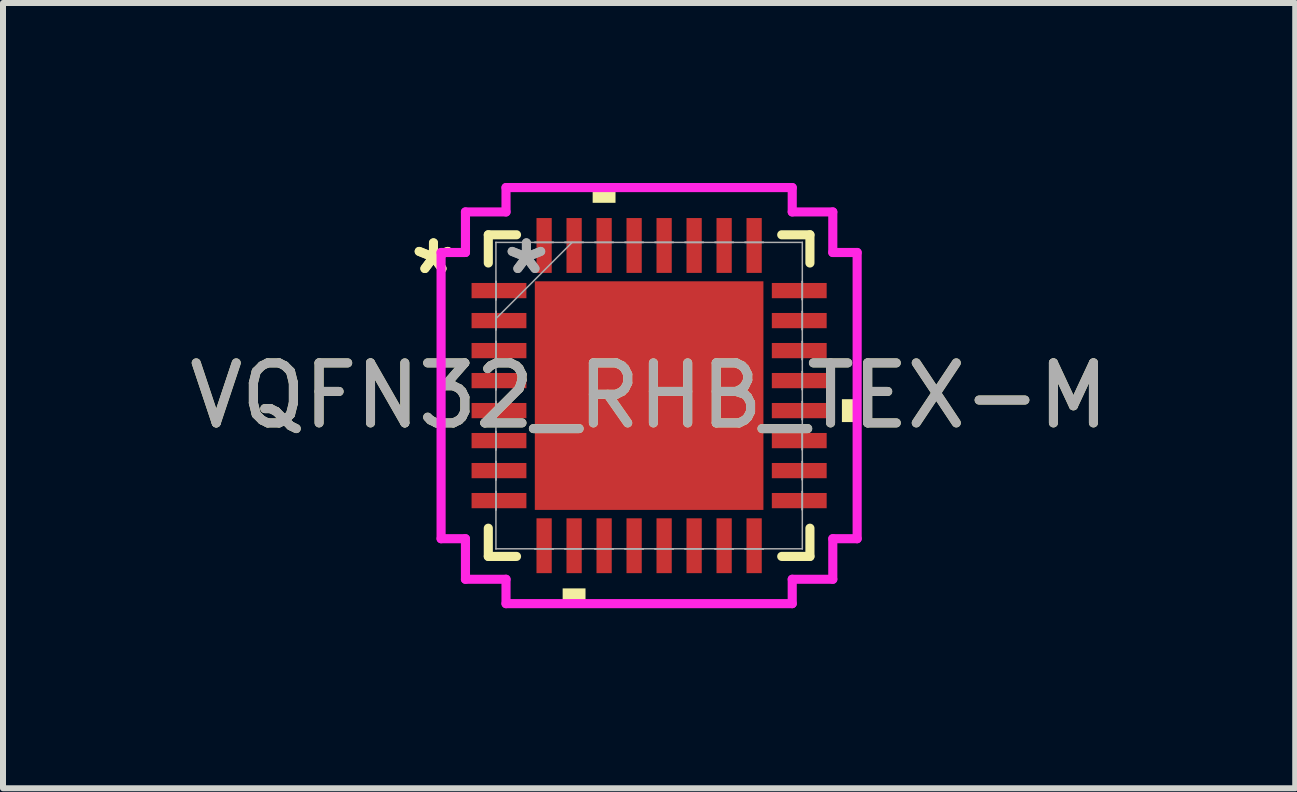
<source format=kicad_pcb>
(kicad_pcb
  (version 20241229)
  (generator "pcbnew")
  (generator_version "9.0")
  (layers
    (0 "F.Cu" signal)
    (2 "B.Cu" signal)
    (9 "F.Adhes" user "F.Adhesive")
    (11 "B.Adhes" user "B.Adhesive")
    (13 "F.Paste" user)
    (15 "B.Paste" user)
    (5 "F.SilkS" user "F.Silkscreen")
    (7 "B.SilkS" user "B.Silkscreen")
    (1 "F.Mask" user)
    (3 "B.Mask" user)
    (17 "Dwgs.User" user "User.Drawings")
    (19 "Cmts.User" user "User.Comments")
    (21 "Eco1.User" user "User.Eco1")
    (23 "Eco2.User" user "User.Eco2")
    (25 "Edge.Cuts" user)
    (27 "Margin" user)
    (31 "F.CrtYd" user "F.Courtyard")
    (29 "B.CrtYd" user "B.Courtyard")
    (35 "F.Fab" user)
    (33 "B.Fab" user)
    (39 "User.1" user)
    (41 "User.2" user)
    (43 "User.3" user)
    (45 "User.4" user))
  (footprint "VQFN32_RHB_TEX-M"
    (layer "F.Cu")
    (at 7.768 3.543)
    (property "Reference" "VQFN32_RHB_TEX-M" (at 0 0 0) (unlocked yes) (layer "F.SilkS") (effects (font (size 1 1) (thickness 0.15))))
    (attr smd)
    (fp_line (start -2.68 -2.68) (end -2.68 -2.21) (stroke (width 0.152) (type solid)) (layer "F.SilkS"))
    (fp_line (start -2.68 2.21) (end -2.68 2.68) (stroke (width 0.152) (type solid)) (layer "F.SilkS"))
    (fp_line (start -2.68 2.68) (end -2.21 2.68) (stroke (width 0.152) (type solid)) (layer "F.SilkS"))
    (fp_line (start -2.21 -2.68) (end -2.68 -2.68) (stroke (width 0.152) (type solid)) (layer "F.SilkS"))
    (fp_line (start 2.21 2.68) (end 2.68 2.68) (stroke (width 0.152) (type solid)) (layer "F.SilkS"))
    (fp_line (start 2.68 -2.68) (end 2.21 -2.68) (stroke (width 0.152) (type solid)) (layer "F.SilkS"))
    (fp_line (start 2.68 -2.21) (end 2.68 -2.68) (stroke (width 0.152) (type solid)) (layer "F.SilkS"))
    (fp_line (start 2.68 2.68) (end 2.68 2.21) (stroke (width 0.152) (type solid)) (layer "F.SilkS"))
    (fp_poly (pts (xy -1.441 3.213) (xy -1.441 3.467) (xy -1.06 3.467) (xy -1.06 3.213)) (stroke (width 0) (type solid)) (fill yes) (layer "F.SilkS"))
    (fp_poly (pts (xy -0.941 -3.213) (xy -0.941 -3.467) (xy -0.56 -3.467) (xy -0.56 -3.213)) (stroke (width 0) (type solid)) (fill yes) (layer "F.SilkS"))
    (fp_poly (pts (xy 3.467 0.06) (xy 3.467 0.441) (xy 3.213 0.441) (xy 3.213 0.06)) (stroke (width 0) (type solid)) (fill yes) (layer "F.SilkS"))
    (fp_poly (pts (xy -1.805 -1.805) (xy -1.805 -0.735) (xy -0.735 -0.735) (xy -0.735 -1.805)) (stroke (width 0) (type solid)) (fill yes) (layer "F.Paste"))
    (fp_poly (pts (xy -1.805 -0.535) (xy -1.805 0.535) (xy -0.735 0.535) (xy -0.735 -0.535)) (stroke (width 0) (type solid)) (fill yes) (layer "F.Paste"))
    (fp_poly (pts (xy -1.805 0.735) (xy -1.805 1.805) (xy -0.735 1.805) (xy -0.735 0.735)) (stroke (width 0) (type solid)) (fill yes) (layer "F.Paste"))
    (fp_poly (pts (xy -0.535 -1.805) (xy -0.535 -0.735) (xy 0.535 -0.735) (xy 0.535 -1.805)) (stroke (width 0) (type solid)) (fill yes) (layer "F.Paste"))
    (fp_poly (pts (xy -0.535 -0.535) (xy -0.535 0.535) (xy 0.535 0.535) (xy 0.535 -0.535)) (stroke (width 0) (type solid)) (fill yes) (layer "F.Paste"))
    (fp_poly (pts (xy -0.535 0.735) (xy -0.535 1.805) (xy 0.535 1.805) (xy 0.535 0.735)) (stroke (width 0) (type solid)) (fill yes) (layer "F.Paste"))
    (fp_poly (pts (xy 0.735 -1.805) (xy 0.735 -0.735) (xy 1.805 -0.735) (xy 1.805 -1.805)) (stroke (width 0) (type solid)) (fill yes) (layer "F.Paste"))
    (fp_poly (pts (xy 0.735 -0.535) (xy 0.735 0.535) (xy 1.805 0.535) (xy 1.805 -0.535)) (stroke (width 0) (type solid)) (fill yes) (layer "F.Paste"))
    (fp_poly (pts (xy 0.735 0.735) (xy 0.735 1.805) (xy 1.805 1.805) (xy 1.805 0.735)) (stroke (width 0) (type solid)) (fill yes) (layer "F.Paste"))
    (fp_line (start -3.467 -2.385) (end -3.061 -2.385) (stroke (width 0.152) (type solid)) (layer "F.CrtYd"))
    (fp_line (start -3.467 2.385) (end -3.467 -2.385) (stroke (width 0.152) (type solid)) (layer "F.CrtYd"))
    (fp_line (start -3.061 -3.061) (end -2.385 -3.061) (stroke (width 0.152) (type solid)) (layer "F.CrtYd"))
    (fp_line (start -3.061 -2.385) (end -3.061 -3.061) (stroke (width 0.152) (type solid)) (layer "F.CrtYd"))
    (fp_line (start -3.061 2.385) (end -3.467 2.385) (stroke (width 0.152) (type solid)) (layer "F.CrtYd"))
    (fp_line (start -3.061 3.061) (end -3.061 2.385) (stroke (width 0.152) (type solid)) (layer "F.CrtYd"))
    (fp_line (start -2.385 -3.467) (end 2.385 -3.467) (stroke (width 0.152) (type solid)) (layer "F.CrtYd"))
    (fp_line (start -2.385 -3.061) (end -2.385 -3.467) (stroke (width 0.152) (type solid)) (layer "F.CrtYd"))
    (fp_line (start -2.385 3.061) (end -3.061 3.061) (stroke (width 0.152) (type solid)) (layer "F.CrtYd"))
    (fp_line (start -2.385 3.467) (end -2.385 3.061) (stroke (width 0.152) (type solid)) (layer "F.CrtYd"))
    (fp_line (start 2.385 -3.467) (end 2.385 -3.061) (stroke (width 0.152) (type solid)) (layer "F.CrtYd"))
    (fp_line (start 2.385 -3.061) (end 3.061 -3.061) (stroke (width 0.152) (type solid)) (layer "F.CrtYd"))
    (fp_line (start 2.385 3.061) (end 2.385 3.467) (stroke (width 0.152) (type solid)) (layer "F.CrtYd"))
    (fp_line (start 2.385 3.467) (end -2.385 3.467) (stroke (width 0.152) (type solid)) (layer "F.CrtYd"))
    (fp_line (start 3.061 -3.061) (end 3.061 -2.385) (stroke (width 0.152) (type solid)) (layer "F.CrtYd"))
    (fp_line (start 3.061 -2.385) (end 3.467 -2.385) (stroke (width 0.152) (type solid)) (layer "F.CrtYd"))
    (fp_line (start 3.061 2.385) (end 3.061 3.061) (stroke (width 0.152) (type solid)) (layer "F.CrtYd"))
    (fp_line (start 3.061 3.061) (end 2.385 3.061) (stroke (width 0.152) (type solid)) (layer "F.CrtYd"))
    (fp_line (start 3.467 -2.385) (end 3.467 2.385) (stroke (width 0.152) (type solid)) (layer "F.CrtYd"))
    (fp_line (start 3.467 2.385) (end 3.061 2.385) (stroke (width 0.152) (type solid)) (layer "F.CrtYd"))
    (fp_line (start -2.553 -2.553) (end -2.553 -2.553) (stroke (width 0.025) (type solid)) (layer "F.Fab"))
    (fp_line (start -2.553 -2.553) (end -2.553 2.553) (stroke (width 0.025) (type solid)) (layer "F.Fab"))
    (fp_line (start -2.553 -1.903) (end -2.553 -1.903) (stroke (width 0.025) (type solid)) (layer "F.Fab"))
    (fp_line (start -2.553 -1.903) (end -2.553 -1.598) (stroke (width 0.025) (type solid)) (layer "F.Fab"))
    (fp_line (start -2.553 -1.598) (end -2.553 -1.903) (stroke (width 0.025) (type solid)) (layer "F.Fab"))
    (fp_line (start -2.553 -1.598) (end -2.553 -1.598) (stroke (width 0.025) (type solid)) (layer "F.Fab"))
    (fp_line (start -2.553 -1.403) (end -2.553 -1.403) (stroke (width 0.025) (type solid)) (layer "F.Fab"))
    (fp_line (start -2.553 -1.403) (end -2.553 -1.098) (stroke (width 0.025) (type solid)) (layer "F.Fab"))
    (fp_line (start -2.553 -1.283) (end -1.283 -2.553) (stroke (width 0.025) (type solid)) (layer "F.Fab"))
    (fp_line (start -2.553 -1.098) (end -2.553 -1.403) (stroke (width 0.025) (type solid)) (layer "F.Fab"))
    (fp_line (start -2.553 -1.098) (end -2.553 -1.098) (stroke (width 0.025) (type solid)) (layer "F.Fab"))
    (fp_line (start -2.553 -0.903) (end -2.553 -0.903) (stroke (width 0.025) (type solid)) (layer "F.Fab"))
    (fp_line (start -2.553 -0.903) (end -2.553 -0.598) (stroke (width 0.025) (type solid)) (layer "F.Fab"))
    (fp_line (start -2.553 -0.598) (end -2.553 -0.903) (stroke (width 0.025) (type solid)) (layer "F.Fab"))
    (fp_line (start -2.553 -0.598) (end -2.553 -0.598) (stroke (width 0.025) (type solid)) (layer "F.Fab"))
    (fp_line (start -2.553 -0.402) (end -2.553 -0.402) (stroke (width 0.025) (type solid)) (layer "F.Fab"))
    (fp_line (start -2.553 -0.402) (end -2.553 -0.098) (stroke (width 0.025) (type solid)) (layer "F.Fab"))
    (fp_line (start -2.553 -0.098) (end -2.553 -0.402) (stroke (width 0.025) (type solid)) (layer "F.Fab"))
    (fp_line (start -2.553 -0.098) (end -2.553 -0.098) (stroke (width 0.025) (type solid)) (layer "F.Fab"))
    (fp_line (start -2.553 0.098) (end -2.553 0.098) (stroke (width 0.025) (type solid)) (layer "F.Fab"))
    (fp_line (start -2.553 0.098) (end -2.553 0.402) (stroke (width 0.025) (type solid)) (layer "F.Fab"))
    (fp_line (start -2.553 0.402) (end -2.553 0.098) (stroke (width 0.025) (type solid)) (layer "F.Fab"))
    (fp_line (start -2.553 0.402) (end -2.553 0.402) (stroke (width 0.025) (type solid)) (layer "F.Fab"))
    (fp_line (start -2.553 0.598) (end -2.553 0.598) (stroke (width 0.025) (type solid)) (layer "F.Fab"))
    (fp_line (start -2.553 0.598) (end -2.553 0.903) (stroke (width 0.025) (type solid)) (layer "F.Fab"))
    (fp_line (start -2.553 0.903) (end -2.553 0.598) (stroke (width 0.025) (type solid)) (layer "F.Fab"))
    (fp_line (start -2.553 0.903) (end -2.553 0.903) (stroke (width 0.025) (type solid)) (layer "F.Fab"))
    (fp_line (start -2.553 1.098) (end -2.553 1.098) (stroke (width 0.025) (type solid)) (layer "F.Fab"))
    (fp_line (start -2.553 1.098) (end -2.553 1.403) (stroke (width 0.025) (type solid)) (layer "F.Fab"))
    (fp_line (start -2.553 1.403) (end -2.553 1.098) (stroke (width 0.025) (type solid)) (layer "F.Fab"))
    (fp_line (start -2.553 1.403) (end -2.553 1.403) (stroke (width 0.025) (type solid)) (layer "F.Fab"))
    (fp_line (start -2.553 1.598) (end -2.553 1.598) (stroke (width 0.025) (type solid)) (layer "F.Fab"))
    (fp_line (start -2.553 1.598) (end -2.553 1.903) (stroke (width 0.025) (type solid)) (layer "F.Fab"))
    (fp_line (start -2.553 1.903) (end -2.553 1.598) (stroke (width 0.025) (type solid)) (layer "F.Fab"))
    (fp_line (start -2.553 1.903) (end -2.553 1.903) (stroke (width 0.025) (type solid)) (layer "F.Fab"))
    (fp_line (start -2.553 2.553) (end -2.553 2.553) (stroke (width 0.025) (type solid)) (layer "F.Fab"))
    (fp_line (start -2.553 2.553) (end 2.553 2.553) (stroke (width 0.025) (type solid)) (layer "F.Fab"))
    (fp_line (start -1.903 -2.553) (end -1.903 -2.553) (stroke (width 0.025) (type solid)) (layer "F.Fab"))
    (fp_line (start -1.903 -2.553) (end -1.598 -2.553) (stroke (width 0.025) (type solid)) (layer "F.Fab"))
    (fp_line (start -1.903 2.553) (end -1.903 2.553) (stroke (width 0.025) (type solid)) (layer "F.Fab"))
    (fp_line (start -1.903 2.553) (end -1.598 2.553) (stroke (width 0.025) (type solid)) (layer "F.Fab"))
    (fp_line (start -1.598 -2.553) (end -1.903 -2.553) (stroke (width 0.025) (type solid)) (layer "F.Fab"))
    (fp_line (start -1.598 -2.553) (end -1.598 -2.553) (stroke (width 0.025) (type solid)) (layer "F.Fab"))
    (fp_line (start -1.598 2.553) (end -1.903 2.553) (stroke (width 0.025) (type solid)) (layer "F.Fab"))
    (fp_line (start -1.598 2.553) (end -1.598 2.553) (stroke (width 0.025) (type solid)) (layer "F.Fab"))
    (fp_line (start -1.403 -2.553) (end -1.403 -2.553) (stroke (width 0.025) (type solid)) (layer "F.Fab"))
    (fp_line (start -1.403 -2.553) (end -1.098 -2.553) (stroke (width 0.025) (type solid)) (layer "F.Fab"))
    (fp_line (start -1.403 2.553) (end -1.403 2.553) (stroke (width 0.025) (type solid)) (layer "F.Fab"))
    (fp_line (start -1.403 2.553) (end -1.098 2.553) (stroke (width 0.025) (type solid)) (layer "F.Fab"))
    (fp_line (start -1.098 -2.553) (end -1.403 -2.553) (stroke (width 0.025) (type solid)) (layer "F.Fab"))
    (fp_line (start -1.098 -2.553) (end -1.098 -2.553) (stroke (width 0.025) (type solid)) (layer "F.Fab"))
    (fp_line (start -1.098 2.553) (end -1.403 2.553) (stroke (width 0.025) (type solid)) (layer "F.Fab"))
    (fp_line (start -1.098 2.553) (end -1.098 2.553) (stroke (width 0.025) (type solid)) (layer "F.Fab"))
    (fp_line (start -0.903 -2.553) (end -0.903 -2.553) (stroke (width 0.025) (type solid)) (layer "F.Fab"))
    (fp_line (start -0.903 -2.553) (end -0.598 -2.553) (stroke (width 0.025) (type solid)) (layer "F.Fab"))
    (fp_line (start -0.903 2.553) (end -0.903 2.553) (stroke (width 0.025) (type solid)) (layer "F.Fab"))
    (fp_line (start -0.903 2.553) (end -0.598 2.553) (stroke (width 0.025) (type solid)) (layer "F.Fab"))
    (fp_line (start -0.598 -2.553) (end -0.903 -2.553) (stroke (width 0.025) (type solid)) (layer "F.Fab"))
    (fp_line (start -0.598 -2.553) (end -0.598 -2.553) (stroke (width 0.025) (type solid)) (layer "F.Fab"))
    (fp_line (start -0.598 2.553) (end -0.903 2.553) (stroke (width 0.025) (type solid)) (layer "F.Fab"))
    (fp_line (start -0.598 2.553) (end -0.598 2.553) (stroke (width 0.025) (type solid)) (layer "F.Fab"))
    (fp_line (start -0.402 -2.553) (end -0.402 -2.553) (stroke (width 0.025) (type solid)) (layer "F.Fab"))
    (fp_line (start -0.402 -2.553) (end -0.098 -2.553) (stroke (width 0.025) (type solid)) (layer "F.Fab"))
    (fp_line (start -0.402 2.553) (end -0.402 2.553) (stroke (width 0.025) (type solid)) (layer "F.Fab"))
    (fp_line (start -0.402 2.553) (end -0.098 2.553) (stroke (width 0.025) (type solid)) (layer "F.Fab"))
    (fp_line (start -0.098 -2.553) (end -0.402 -2.553) (stroke (width 0.025) (type solid)) (layer "F.Fab"))
    (fp_line (start -0.098 -2.553) (end -0.098 -2.553) (stroke (width 0.025) (type solid)) (layer "F.Fab"))
    (fp_line (start -0.098 2.553) (end -0.402 2.553) (stroke (width 0.025) (type solid)) (layer "F.Fab"))
    (fp_line (start -0.098 2.553) (end -0.098 2.553) (stroke (width 0.025) (type solid)) (layer "F.Fab"))
    (fp_line (start 0.098 -2.553) (end 0.098 -2.553) (stroke (width 0.025) (type solid)) (layer "F.Fab"))
    (fp_line (start 0.098 -2.553) (end 0.402 -2.553) (stroke (width 0.025) (type solid)) (layer "F.Fab"))
    (fp_line (start 0.098 2.553) (end 0.098 2.553) (stroke (width 0.025) (type solid)) (layer "F.Fab"))
    (fp_line (start 0.098 2.553) (end 0.402 2.553) (stroke (width 0.025) (type solid)) (layer "F.Fab"))
    (fp_line (start 0.402 -2.553) (end 0.098 -2.553) (stroke (width 0.025) (type solid)) (layer "F.Fab"))
    (fp_line (start 0.402 -2.553) (end 0.402 -2.553) (stroke (width 0.025) (type solid)) (layer "F.Fab"))
    (fp_line (start 0.402 2.553) (end 0.098 2.553) (stroke (width 0.025) (type solid)) (layer "F.Fab"))
    (fp_line (start 0.402 2.553) (end 0.402 2.553) (stroke (width 0.025) (type solid)) (layer "F.Fab"))
    (fp_line (start 0.598 -2.553) (end 0.598 -2.553) (stroke (width 0.025) (type solid)) (layer "F.Fab"))
    (fp_line (start 0.598 -2.553) (end 0.903 -2.553) (stroke (width 0.025) (type solid)) (layer "F.Fab"))
    (fp_line (start 0.598 2.553) (end 0.598 2.553) (stroke (width 0.025) (type solid)) (layer "F.Fab"))
    (fp_line (start 0.598 2.553) (end 0.903 2.553) (stroke (width 0.025) (type solid)) (layer "F.Fab"))
    (fp_line (start 0.903 -2.553) (end 0.598 -2.553) (stroke (width 0.025) (type solid)) (layer "F.Fab"))
    (fp_line (start 0.903 -2.553) (end 0.903 -2.553) (stroke (width 0.025) (type solid)) (layer "F.Fab"))
    (fp_line (start 0.903 2.553) (end 0.598 2.553) (stroke (width 0.025) (type solid)) (layer "F.Fab"))
    (fp_line (start 0.903 2.553) (end 0.903 2.553) (stroke (width 0.025) (type solid)) (layer "F.Fab"))
    (fp_line (start 1.098 -2.553) (end 1.098 -2.553) (stroke (width 0.025) (type solid)) (layer "F.Fab"))
    (fp_line (start 1.098 -2.553) (end 1.403 -2.553) (stroke (width 0.025) (type solid)) (layer "F.Fab"))
    (fp_line (start 1.098 2.553) (end 1.098 2.553) (stroke (width 0.025) (type solid)) (layer "F.Fab"))
    (fp_line (start 1.098 2.553) (end 1.403 2.553) (stroke (width 0.025) (type solid)) (layer "F.Fab"))
    (fp_line (start 1.403 -2.553) (end 1.098 -2.553) (stroke (width 0.025) (type solid)) (layer "F.Fab"))
    (fp_line (start 1.403 -2.553) (end 1.403 -2.553) (stroke (width 0.025) (type solid)) (layer "F.Fab"))
    (fp_line (start 1.403 2.553) (end 1.098 2.553) (stroke (width 0.025) (type solid)) (layer "F.Fab"))
    (fp_line (start 1.403 2.553) (end 1.403 2.553) (stroke (width 0.025) (type solid)) (layer "F.Fab"))
    (fp_line (start 1.598 -2.553) (end 1.598 -2.553) (stroke (width 0.025) (type solid)) (layer "F.Fab"))
    (fp_line (start 1.598 -2.553) (end 1.903 -2.553) (stroke (width 0.025) (type solid)) (layer "F.Fab"))
    (fp_line (start 1.598 2.553) (end 1.598 2.553) (stroke (width 0.025) (type solid)) (layer "F.Fab"))
    (fp_line (start 1.598 2.553) (end 1.903 2.553) (stroke (width 0.025) (type solid)) (layer "F.Fab"))
    (fp_line (start 1.903 -2.553) (end 1.598 -2.553) (stroke (width 0.025) (type solid)) (layer "F.Fab"))
    (fp_line (start 1.903 -2.553) (end 1.903 -2.553) (stroke (width 0.025) (type solid)) (layer "F.Fab"))
    (fp_line (start 1.903 2.553) (end 1.598 2.553) (stroke (width 0.025) (type solid)) (layer "F.Fab"))
    (fp_line (start 1.903 2.553) (end 1.903 2.553) (stroke (width 0.025) (type solid)) (layer "F.Fab"))
    (fp_line (start 2.553 -2.553) (end -2.553 -2.553) (stroke (width 0.025) (type solid)) (layer "F.Fab"))
    (fp_line (start 2.553 -2.553) (end 2.553 -2.553) (stroke (width 0.025) (type solid)) (layer "F.Fab"))
    (fp_line (start 2.553 -1.903) (end 2.553 -1.903) (stroke (width 0.025) (type solid)) (layer "F.Fab"))
    (fp_line (start 2.553 -1.903) (end 2.553 -1.598) (stroke (width 0.025) (type solid)) (layer "F.Fab"))
    (fp_line (start 2.553 -1.598) (end 2.553 -1.903) (stroke (width 0.025) (type solid)) (layer "F.Fab"))
    (fp_line (start 2.553 -1.598) (end 2.553 -1.598) (stroke (width 0.025) (type solid)) (layer "F.Fab"))
    (fp_line (start 2.553 -1.403) (end 2.553 -1.403) (stroke (width 0.025) (type solid)) (layer "F.Fab"))
    (fp_line (start 2.553 -1.403) (end 2.553 -1.098) (stroke (width 0.025) (type solid)) (layer "F.Fab"))
    (fp_line (start 2.553 -1.098) (end 2.553 -1.403) (stroke (width 0.025) (type solid)) (layer "F.Fab"))
    (fp_line (start 2.553 -1.098) (end 2.553 -1.098) (stroke (width 0.025) (type solid)) (layer "F.Fab"))
    (fp_line (start 2.553 -0.903) (end 2.553 -0.903) (stroke (width 0.025) (type solid)) (layer "F.Fab"))
    (fp_line (start 2.553 -0.903) (end 2.553 -0.598) (stroke (width 0.025) (type solid)) (layer "F.Fab"))
    (fp_line (start 2.553 -0.598) (end 2.553 -0.903) (stroke (width 0.025) (type solid)) (layer "F.Fab"))
    (fp_line (start 2.553 -0.598) (end 2.553 -0.598) (stroke (width 0.025) (type solid)) (layer "F.Fab"))
    (fp_line (start 2.553 -0.402) (end 2.553 -0.402) (stroke (width 0.025) (type solid)) (layer "F.Fab"))
    (fp_line (start 2.553 -0.402) (end 2.553 -0.098) (stroke (width 0.025) (type solid)) (layer "F.Fab"))
    (fp_line (start 2.553 -0.098) (end 2.553 -0.402) (stroke (width 0.025) (type solid)) (layer "F.Fab"))
    (fp_line (start 2.553 -0.098) (end 2.553 -0.098) (stroke (width 0.025) (type solid)) (layer "F.Fab"))
    (fp_line (start 2.553 0.098) (end 2.553 0.098) (stroke (width 0.025) (type solid)) (layer "F.Fab"))
    (fp_line (start 2.553 0.098) (end 2.553 0.402) (stroke (width 0.025) (type solid)) (layer "F.Fab"))
    (fp_line (start 2.553 0.402) (end 2.553 0.098) (stroke (width 0.025) (type solid)) (layer "F.Fab"))
    (fp_line (start 2.553 0.402) (end 2.553 0.402) (stroke (width 0.025) (type solid)) (layer "F.Fab"))
    (fp_line (start 2.553 0.598) (end 2.553 0.598) (stroke (width 0.025) (type solid)) (layer "F.Fab"))
    (fp_line (start 2.553 0.598) (end 2.553 0.903) (stroke (width 0.025) (type solid)) (layer "F.Fab"))
    (fp_line (start 2.553 0.903) (end 2.553 0.598) (stroke (width 0.025) (type solid)) (layer "F.Fab"))
    (fp_line (start 2.553 0.903) (end 2.553 0.903) (stroke (width 0.025) (type solid)) (layer "F.Fab"))
    (fp_line (start 2.553 1.098) (end 2.553 1.098) (stroke (width 0.025) (type solid)) (layer "F.Fab"))
    (fp_line (start 2.553 1.098) (end 2.553 1.403) (stroke (width 0.025) (type solid)) (layer "F.Fab"))
    (fp_line (start 2.553 1.403) (end 2.553 1.098) (stroke (width 0.025) (type solid)) (layer "F.Fab"))
    (fp_line (start 2.553 1.403) (end 2.553 1.403) (stroke (width 0.025) (type solid)) (layer "F.Fab"))
    (fp_line (start 2.553 1.598) (end 2.553 1.598) (stroke (width 0.025) (type solid)) (layer "F.Fab"))
    (fp_line (start 2.553 1.598) (end 2.553 1.903) (stroke (width 0.025) (type solid)) (layer "F.Fab"))
    (fp_line (start 2.553 1.903) (end 2.553 1.598) (stroke (width 0.025) (type solid)) (layer "F.Fab"))
    (fp_line (start 2.553 1.903) (end 2.553 1.903) (stroke (width 0.025) (type solid)) (layer "F.Fab"))
    (fp_line (start 2.553 2.553) (end 2.553 -2.553) (stroke (width 0.025) (type solid)) (layer "F.Fab"))
    (fp_line (start 2.553 2.553) (end 2.553 2.553) (stroke (width 0.025) (type solid)) (layer "F.Fab"))
    (fp_text user "*" (at -3.594 -2.001 0) (unlocked yes) (layer "F.SilkS") (effects (font (size 1 1) (thickness 0.15))))
    (fp_text user "*" (at -3.594 -2.001 0) (layer "F.SilkS") (effects (font (size 1 1) (thickness 0.15))))
    (fp_text user "${REFERENCE}" (at 0 0 0) (unlocked yes) (layer "F.Fab") (effects (font (size 1 1) (thickness 0.15))))
    (fp_text user "*" (at -2.045 -2.001 0) (layer "F.Fab") (effects (font (size 1 1) (thickness 0.15))))
    (fp_text user "*" (at -2.045 -2.001 0) (unlocked yes) (layer "F.Fab") (effects (font (size 1 1) (thickness 0.15))))
    (pad "1" smd rect (at -2.502 -1.75 90) (size 0.254 0.914) (layers "F.Cu" "F.Mask" "F.Paste"))
    (pad "2" smd rect (at -2.502 -1.25 90) (size 0.254 0.914) (layers "F.Cu" "F.Mask" "F.Paste"))
    (pad "3" smd rect (at -2.502 -0.75 90) (size 0.254 0.914) (layers "F.Cu" "F.Mask" "F.Paste"))
    (pad "4" smd rect (at -2.502 -0.25 90) (size 0.254 0.914) (layers "F.Cu" "F.Mask" "F.Paste"))
    (pad "5" smd rect (at -2.502 0.25 90) (size 0.254 0.914) (layers "F.Cu" "F.Mask" "F.Paste"))
    (pad "6" smd rect (at -2.502 0.75 90) (size 0.254 0.914) (layers "F.Cu" "F.Mask" "F.Paste"))
    (pad "7" smd rect (at -2.502 1.25 90) (size 0.254 0.914) (layers "F.Cu" "F.Mask" "F.Paste"))
    (pad "8" smd rect (at -2.502 1.75 90) (size 0.254 0.914) (layers "F.Cu" "F.Mask" "F.Paste"))
    (pad "9" smd rect (at -1.75 2.502) (size 0.254 0.914) (layers "F.Cu" "F.Mask" "F.Paste"))
    (pad "10" smd rect (at -1.25 2.502) (size 0.254 0.914) (layers "F.Cu" "F.Mask" "F.Paste"))
    (pad "11" smd rect (at -0.75 2.502) (size 0.254 0.914) (layers "F.Cu" "F.Mask" "F.Paste"))
    (pad "12" smd rect (at -0.25 2.502) (size 0.254 0.914) (layers "F.Cu" "F.Mask" "F.Paste"))
    (pad "13" smd rect (at 0.25 2.502) (size 0.254 0.914) (layers "F.Cu" "F.Mask" "F.Paste"))
    (pad "14" smd rect (at 0.75 2.502) (size 0.254 0.914) (layers "F.Cu" "F.Mask" "F.Paste"))
    (pad "15" smd rect (at 1.25 2.502) (size 0.254 0.914) (layers "F.Cu" "F.Mask" "F.Paste"))
    (pad "16" smd rect (at 1.75 2.502) (size 0.254 0.914) (layers "F.Cu" "F.Mask" "F.Paste"))
    (pad "17" smd rect (at 2.502 1.75 90) (size 0.254 0.914) (layers "F.Cu" "F.Mask" "F.Paste"))
    (pad "18" smd rect (at 2.502 1.25 90) (size 0.254 0.914) (layers "F.Cu" "F.Mask" "F.Paste"))
    (pad "19" smd rect (at 2.502 0.75 90) (size 0.254 0.914) (layers "F.Cu" "F.Mask" "F.Paste"))
    (pad "20" smd rect (at 2.502 0.25 90) (size 0.254 0.914) (layers "F.Cu" "F.Mask" "F.Paste"))
    (pad "21" smd rect (at 2.502 -0.25 90) (size 0.254 0.914) (layers "F.Cu" "F.Mask" "F.Paste"))
    (pad "22" smd rect (at 2.502 -0.75 90) (size 0.254 0.914) (layers "F.Cu" "F.Mask" "F.Paste"))
    (pad "23" smd rect (at 2.502 -1.25 90) (size 0.254 0.914) (layers "F.Cu" "F.Mask" "F.Paste"))
    (pad "24" smd rect (at 2.502 -1.75 90) (size 0.254 0.914) (layers "F.Cu" "F.Mask" "F.Paste"))
    (pad "25" smd rect (at 1.75 -2.502) (size 0.254 0.914) (layers "F.Cu" "F.Mask" "F.Paste"))
    (pad "26" smd rect (at 1.25 -2.502) (size 0.254 0.914) (layers "F.Cu" "F.Mask" "F.Paste"))
    (pad "27" smd rect (at 0.75 -2.502) (size 0.254 0.914) (layers "F.Cu" "F.Mask" "F.Paste"))
    (pad "28" smd rect (at 0.25 -2.502) (size 0.254 0.914) (layers "F.Cu" "F.Mask" "F.Paste"))
    (pad "29" smd rect (at -0.25 -2.502) (size 0.254 0.914) (layers "F.Cu" "F.Mask" "F.Paste"))
    (pad "30" smd rect (at -0.75 -2.502) (size 0.254 0.914) (layers "F.Cu" "F.Mask" "F.Paste"))
    (pad "31" smd rect (at -1.25 -2.502) (size 0.254 0.914) (layers "F.Cu" "F.Mask" "F.Paste"))
    (pad "32" smd rect (at -1.75 -2.502) (size 0.254 0.914) (layers "F.Cu" "F.Mask" "F.Paste"))
    (pad "33" smd rect (at 0 0) (size 3.81 3.81) (layers "F.Cu" "F.Mask" "F.Paste")))
  (gr_rect
    (start -3 -3)
    (end 18.536 10.087)
    (stroke (width 0.1) (type default))
    (fill no)
    (layer "Edge.Cuts")))
</source>
